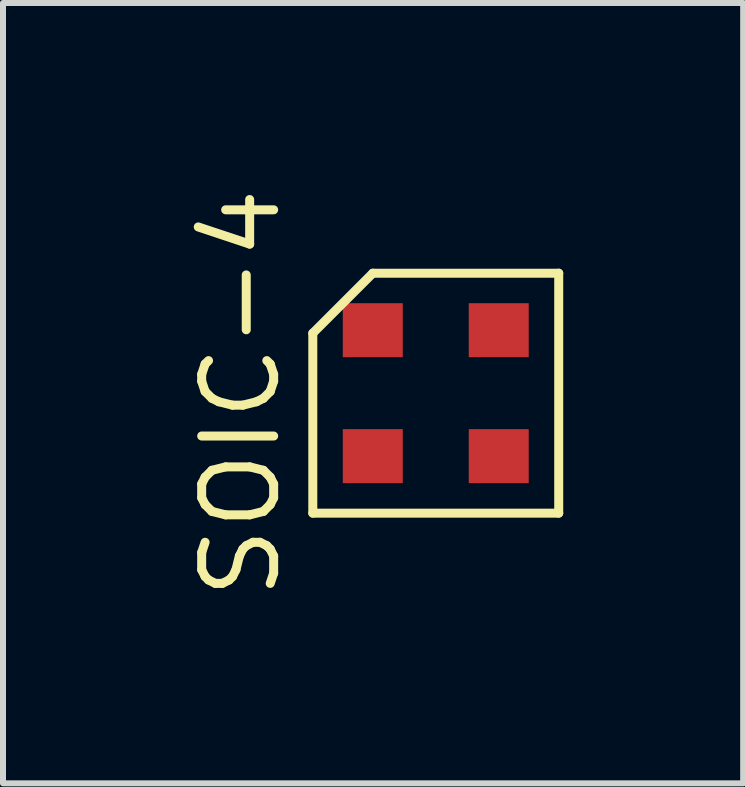
<source format=kicad_pcb>
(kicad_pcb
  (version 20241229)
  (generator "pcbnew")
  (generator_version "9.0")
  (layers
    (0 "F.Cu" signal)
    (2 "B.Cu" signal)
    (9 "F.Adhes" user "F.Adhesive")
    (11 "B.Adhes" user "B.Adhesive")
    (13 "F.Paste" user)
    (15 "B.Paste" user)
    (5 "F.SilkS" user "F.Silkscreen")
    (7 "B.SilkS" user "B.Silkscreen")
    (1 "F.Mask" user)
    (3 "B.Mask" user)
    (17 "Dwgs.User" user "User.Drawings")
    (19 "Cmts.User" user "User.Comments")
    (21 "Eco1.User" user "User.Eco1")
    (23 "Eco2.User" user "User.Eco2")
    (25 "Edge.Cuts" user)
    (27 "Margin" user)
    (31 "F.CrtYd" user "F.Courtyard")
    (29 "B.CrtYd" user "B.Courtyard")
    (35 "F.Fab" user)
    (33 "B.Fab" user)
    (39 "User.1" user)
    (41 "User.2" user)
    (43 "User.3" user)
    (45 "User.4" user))
  (footprint "SOIC-4"
    (layer "F.Cu")
    (at 4.215 3.505)
    (property "Reference" "SOIC-4" (at -3.25 0 90) (layer "F.SilkS") (effects (font (size 1.2 1.2) (thickness 0.15))))
    (attr through_hole)
    (fp_line (start -2.05 -1) (end -2.05 2) (stroke (width 0.15) (type solid)) (layer "F.SilkS"))
    (fp_line (start -2.05 2) (end 2.05 2) (stroke (width 0.15) (type solid)) (layer "F.SilkS"))
    (fp_line (start -1.05 -2) (end -2.05 -1) (stroke (width 0.15) (type solid)) (layer "F.SilkS"))
    (fp_line (start 2.05 -2) (end -1.05 -2) (stroke (width 0.15) (type solid)) (layer "F.SilkS"))
    (fp_line (start 2.05 2) (end 2.05 -2) (stroke (width 0.15) (type solid)) (layer "F.SilkS"))
    (pad "1" smd rect (at -1.05 -1.05) (size 1 0.9) (layers "F.Cu" "F.Mask" "F.Paste"))
    (pad "2" smd rect (at -1.05 1.05) (size 1 0.9) (layers "F.Cu" "F.Mask" "F.Paste"))
    (pad "3" smd rect (at 1.05 1.05) (size 1 0.9) (layers "F.Cu" "F.Mask" "F.Paste"))
    (pad "4" smd rect (at 1.05 -1.05) (size 1 0.9) (layers "F.Cu" "F.Mask" "F.Paste")))
  (gr_rect
    (start -3 -3)
    (end 9.34 10.01)
    (stroke (width 0.1) (type default))
    (fill no)
    (layer "Edge.Cuts")))
</source>
